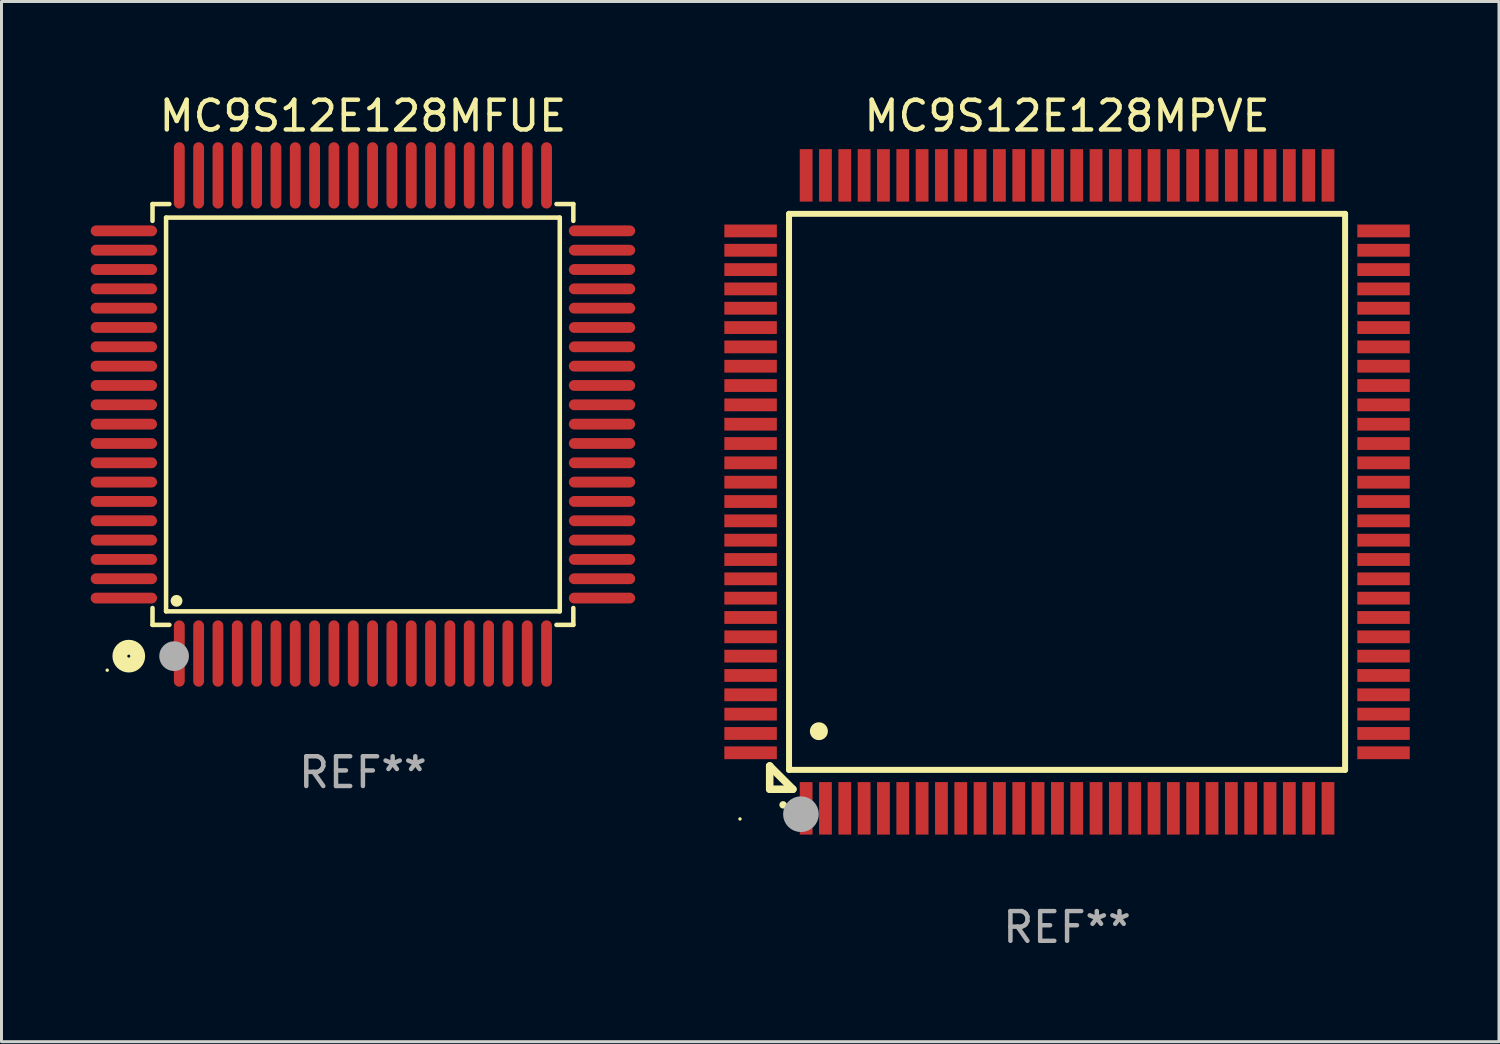
<source format=kicad_pcb>
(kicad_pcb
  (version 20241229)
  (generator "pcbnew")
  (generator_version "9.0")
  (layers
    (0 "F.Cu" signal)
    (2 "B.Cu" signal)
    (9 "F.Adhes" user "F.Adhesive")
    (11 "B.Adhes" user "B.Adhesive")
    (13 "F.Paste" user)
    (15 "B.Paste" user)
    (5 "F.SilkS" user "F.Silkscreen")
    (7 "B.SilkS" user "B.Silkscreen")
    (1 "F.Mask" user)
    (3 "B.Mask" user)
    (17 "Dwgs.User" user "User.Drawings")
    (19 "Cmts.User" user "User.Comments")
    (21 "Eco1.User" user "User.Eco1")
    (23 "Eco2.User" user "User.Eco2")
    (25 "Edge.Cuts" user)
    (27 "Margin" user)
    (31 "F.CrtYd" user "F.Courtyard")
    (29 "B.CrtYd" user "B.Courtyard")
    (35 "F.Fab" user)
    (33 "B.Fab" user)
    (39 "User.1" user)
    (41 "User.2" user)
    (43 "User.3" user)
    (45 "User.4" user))
  (footprint "MC9S12E128MFUE"
    (layer "F.Cu")
    (at 9.155 10.888)
    (property "Reference" "MC9S12E128MFUE" (at 0 -10.04 0) (layer "F.SilkS") (effects (font (size 1 1) (thickness 0.15))))
    (attr through_hole)
    (fp_line (start -7.076 -7.076) (end -7.076 -6.509) (stroke (width 0.152) (type solid)) (layer "F.SilkS"))
    (fp_line (start -7.076 7.076) (end -7.076 6.509) (stroke (width 0.152) (type solid)) (layer "F.SilkS"))
    (fp_line (start -6.62 -6.62) (end 6.62 -6.62) (stroke (width 0.152) (type solid)) (layer "F.SilkS"))
    (fp_line (start -6.62 6.62) (end -6.62 -6.62) (stroke (width 0.152) (type solid)) (layer "F.SilkS"))
    (fp_line (start -6.509 -7.076) (end -7.076 -7.076) (stroke (width 0.152) (type solid)) (layer "F.SilkS"))
    (fp_line (start -6.509 7.076) (end -7.076 7.076) (stroke (width 0.152) (type solid)) (layer "F.SilkS"))
    (fp_line (start 6.509 -7.076) (end 7.076 -7.076) (stroke (width 0.152) (type solid)) (layer "F.SilkS"))
    (fp_line (start 6.509 7.076) (end 7.076 7.076) (stroke (width 0.152) (type solid)) (layer "F.SilkS"))
    (fp_line (start 6.62 -6.62) (end 6.62 6.62) (stroke (width 0.152) (type solid)) (layer "F.SilkS"))
    (fp_line (start 6.62 6.62) (end -6.62 6.62) (stroke (width 0.152) (type solid)) (layer "F.SilkS"))
    (fp_line (start 7.076 -7.076) (end 7.076 -6.509) (stroke (width 0.152) (type solid)) (layer "F.SilkS"))
    (fp_line (start 7.076 7.076) (end 7.076 6.509) (stroke (width 0.152) (type solid)) (layer "F.SilkS"))
    (fp_circle (center -8.6 8.6) (end -8.57 8.6) (stroke (width 0.06) (type solid)) (fill no) (layer "F.SilkS"))
    (fp_circle (center -7.874 8.128) (end -7.574 8.128) (stroke (width 0.5) (type solid)) (fill no) (layer "F.SilkS"))
    (fp_circle (center -6.268 6.268) (end -6.168 6.268) (stroke (width 0.2) (type solid)) (fill no) (layer "F.SilkS"))
    (fp_circle (center -6.35 8.128) (end -6.1 8.128) (stroke (width 0.5) (type solid)) (fill no) (layer "F.Fab"))
    (fp_text user "REF**" (at 0 12.04 0) (layer "F.Fab") (effects (font (size 1 1) (thickness 0.15))))
    (pad "1" smd oval (at -6.175 8.04) (size 0.364 2.23) (layers "F.Cu" "F.Mask" "F.Paste"))
    (pad "2" smd oval (at -5.525 8.04) (size 0.364 2.23) (layers "F.Cu" "F.Mask" "F.Paste"))
    (pad "3" smd oval (at -4.875 8.04) (size 0.364 2.23) (layers "F.Cu" "F.Mask" "F.Paste"))
    (pad "4" smd oval (at -4.225 8.04) (size 0.364 2.23) (layers "F.Cu" "F.Mask" "F.Paste"))
    (pad "5" smd oval (at -3.575 8.04) (size 0.364 2.23) (layers "F.Cu" "F.Mask" "F.Paste"))
    (pad "6" smd oval (at -2.925 8.04) (size 0.364 2.23) (layers "F.Cu" "F.Mask" "F.Paste"))
    (pad "7" smd oval (at -2.275 8.04) (size 0.364 2.23) (layers "F.Cu" "F.Mask" "F.Paste"))
    (pad "8" smd oval (at -1.625 8.04) (size 0.364 2.23) (layers "F.Cu" "F.Mask" "F.Paste"))
    (pad "9" smd oval (at -0.975 8.04) (size 0.364 2.23) (layers "F.Cu" "F.Mask" "F.Paste"))
    (pad "10" smd oval (at -0.325 8.04) (size 0.364 2.23) (layers "F.Cu" "F.Mask" "F.Paste"))
    (pad "11" smd oval (at 0.325 8.04) (size 0.364 2.23) (layers "F.Cu" "F.Mask" "F.Paste"))
    (pad "12" smd oval (at 0.975 8.04) (size 0.364 2.23) (layers "F.Cu" "F.Mask" "F.Paste"))
    (pad "13" smd oval (at 1.625 8.04) (size 0.364 2.23) (layers "F.Cu" "F.Mask" "F.Paste"))
    (pad "14" smd oval (at 2.275 8.04) (size 0.364 2.23) (layers "F.Cu" "F.Mask" "F.Paste"))
    (pad "15" smd oval (at 2.925 8.04) (size 0.364 2.23) (layers "F.Cu" "F.Mask" "F.Paste"))
    (pad "16" smd oval (at 3.575 8.04) (size 0.364 2.23) (layers "F.Cu" "F.Mask" "F.Paste"))
    (pad "17" smd oval (at 4.225 8.04) (size 0.364 2.23) (layers "F.Cu" "F.Mask" "F.Paste"))
    (pad "18" smd oval (at 4.875 8.04) (size 0.364 2.23) (layers "F.Cu" "F.Mask" "F.Paste"))
    (pad "19" smd oval (at 5.525 8.04) (size 0.364 2.23) (layers "F.Cu" "F.Mask" "F.Paste"))
    (pad "20" smd oval (at 6.175 8.04) (size 0.364 2.23) (layers "F.Cu" "F.Mask" "F.Paste"))
    (pad "21" smd oval (at 8.04 6.175) (size 2.23 0.364) (layers "F.Cu" "F.Mask" "F.Paste"))
    (pad "22" smd oval (at 8.04 5.525) (size 2.23 0.364) (layers "F.Cu" "F.Mask" "F.Paste"))
    (pad "23" smd oval (at 8.04 4.875) (size 2.23 0.364) (layers "F.Cu" "F.Mask" "F.Paste"))
    (pad "24" smd oval (at 8.04 4.225) (size 2.23 0.364) (layers "F.Cu" "F.Mask" "F.Paste"))
    (pad "25" smd oval (at 8.04 3.575) (size 2.23 0.364) (layers "F.Cu" "F.Mask" "F.Paste"))
    (pad "26" smd oval (at 8.04 2.925) (size 2.23 0.364) (layers "F.Cu" "F.Mask" "F.Paste"))
    (pad "27" smd oval (at 8.04 2.275) (size 2.23 0.364) (layers "F.Cu" "F.Mask" "F.Paste"))
    (pad "28" smd oval (at 8.04 1.625) (size 2.23 0.364) (layers "F.Cu" "F.Mask" "F.Paste"))
    (pad "29" smd oval (at 8.04 0.975) (size 2.23 0.364) (layers "F.Cu" "F.Mask" "F.Paste"))
    (pad "30" smd oval (at 8.04 0.325) (size 2.23 0.364) (layers "F.Cu" "F.Mask" "F.Paste"))
    (pad "31" smd oval (at 8.04 -0.325) (size 2.23 0.364) (layers "F.Cu" "F.Mask" "F.Paste"))
    (pad "32" smd oval (at 8.04 -0.975) (size 2.23 0.364) (layers "F.Cu" "F.Mask" "F.Paste"))
    (pad "33" smd oval (at 8.04 -1.625) (size 2.23 0.364) (layers "F.Cu" "F.Mask" "F.Paste"))
    (pad "34" smd oval (at 8.04 -2.275) (size 2.23 0.364) (layers "F.Cu" "F.Mask" "F.Paste"))
    (pad "35" smd oval (at 8.04 -2.925) (size 2.23 0.364) (layers "F.Cu" "F.Mask" "F.Paste"))
    (pad "36" smd oval (at 8.04 -3.575) (size 2.23 0.364) (layers "F.Cu" "F.Mask" "F.Paste"))
    (pad "37" smd oval (at 8.04 -4.225) (size 2.23 0.364) (layers "F.Cu" "F.Mask" "F.Paste"))
    (pad "38" smd oval (at 8.04 -4.875) (size 2.23 0.364) (layers "F.Cu" "F.Mask" "F.Paste"))
    (pad "39" smd oval (at 8.04 -5.525) (size 2.23 0.364) (layers "F.Cu" "F.Mask" "F.Paste"))
    (pad "40" smd oval (at 8.04 -6.175) (size 2.23 0.364) (layers "F.Cu" "F.Mask" "F.Paste"))
    (pad "41" smd oval (at 6.175 -8.04) (size 0.364 2.23) (layers "F.Cu" "F.Mask" "F.Paste"))
    (pad "42" smd oval (at 5.525 -8.04) (size 0.364 2.23) (layers "F.Cu" "F.Mask" "F.Paste"))
    (pad "43" smd oval (at 4.875 -8.04) (size 0.364 2.23) (layers "F.Cu" "F.Mask" "F.Paste"))
    (pad "44" smd oval (at 4.225 -8.04) (size 0.364 2.23) (layers "F.Cu" "F.Mask" "F.Paste"))
    (pad "45" smd oval (at 3.575 -8.04) (size 0.364 2.23) (layers "F.Cu" "F.Mask" "F.Paste"))
    (pad "46" smd oval (at 2.925 -8.04) (size 0.364 2.23) (layers "F.Cu" "F.Mask" "F.Paste"))
    (pad "47" smd oval (at 2.275 -8.04) (size 0.364 2.23) (layers "F.Cu" "F.Mask" "F.Paste"))
    (pad "48" smd oval (at 1.625 -8.04) (size 0.364 2.23) (layers "F.Cu" "F.Mask" "F.Paste"))
    (pad "49" smd oval (at 0.975 -8.04) (size 0.364 2.23) (layers "F.Cu" "F.Mask" "F.Paste"))
    (pad "50" smd oval (at 0.325 -8.04) (size 0.364 2.23) (layers "F.Cu" "F.Mask" "F.Paste"))
    (pad "51" smd oval (at -0.325 -8.04) (size 0.364 2.23) (layers "F.Cu" "F.Mask" "F.Paste"))
    (pad "52" smd oval (at -0.975 -8.04) (size 0.364 2.23) (layers "F.Cu" "F.Mask" "F.Paste"))
    (pad "53" smd oval (at -1.625 -8.04) (size 0.364 2.23) (layers "F.Cu" "F.Mask" "F.Paste"))
    (pad "54" smd oval (at -2.275 -8.04) (size 0.364 2.23) (layers "F.Cu" "F.Mask" "F.Paste"))
    (pad "55" smd oval (at -2.925 -8.04) (size 0.364 2.23) (layers "F.Cu" "F.Mask" "F.Paste"))
    (pad "56" smd oval (at -3.575 -8.04) (size 0.364 2.23) (layers "F.Cu" "F.Mask" "F.Paste"))
    (pad "57" smd oval (at -4.225 -8.04) (size 0.364 2.23) (layers "F.Cu" "F.Mask" "F.Paste"))
    (pad "58" smd oval (at -4.875 -8.04) (size 0.364 2.23) (layers "F.Cu" "F.Mask" "F.Paste"))
    (pad "59" smd oval (at -5.525 -8.04) (size 0.364 2.23) (layers "F.Cu" "F.Mask" "F.Paste"))
    (pad "60" smd oval (at -6.175 -8.04) (size 0.364 2.23) (layers "F.Cu" "F.Mask" "F.Paste"))
    (pad "61" smd oval (at -8.04 -6.175) (size 2.23 0.364) (layers "F.Cu" "F.Mask" "F.Paste"))
    (pad "62" smd oval (at -8.04 -5.525) (size 2.23 0.364) (layers "F.Cu" "F.Mask" "F.Paste"))
    (pad "63" smd oval (at -8.04 -4.875) (size 2.23 0.364) (layers "F.Cu" "F.Mask" "F.Paste"))
    (pad "64" smd oval (at -8.04 -4.225) (size 2.23 0.364) (layers "F.Cu" "F.Mask" "F.Paste"))
    (pad "65" smd oval (at -8.04 -3.575) (size 2.23 0.364) (layers "F.Cu" "F.Mask" "F.Paste"))
    (pad "66" smd oval (at -8.04 -2.925) (size 2.23 0.364) (layers "F.Cu" "F.Mask" "F.Paste"))
    (pad "67" smd oval (at -8.04 -2.275) (size 2.23 0.364) (layers "F.Cu" "F.Mask" "F.Paste"))
    (pad "68" smd oval (at -8.04 -1.625) (size 2.23 0.364) (layers "F.Cu" "F.Mask" "F.Paste"))
    (pad "69" smd oval (at -8.04 -0.975) (size 2.23 0.364) (layers "F.Cu" "F.Mask" "F.Paste"))
    (pad "70" smd oval (at -8.04 -0.325) (size 2.23 0.364) (layers "F.Cu" "F.Mask" "F.Paste"))
    (pad "71" smd oval (at -8.04 0.325) (size 2.23 0.364) (layers "F.Cu" "F.Mask" "F.Paste"))
    (pad "72" smd oval (at -8.04 0.975) (size 2.23 0.364) (layers "F.Cu" "F.Mask" "F.Paste"))
    (pad "73" smd oval (at -8.04 1.625) (size 2.23 0.364) (layers "F.Cu" "F.Mask" "F.Paste"))
    (pad "74" smd oval (at -8.04 2.275) (size 2.23 0.364) (layers "F.Cu" "F.Mask" "F.Paste"))
    (pad "75" smd oval (at -8.04 2.925) (size 2.23 0.364) (layers "F.Cu" "F.Mask" "F.Paste"))
    (pad "76" smd oval (at -8.04 3.575) (size 2.23 0.364) (layers "F.Cu" "F.Mask" "F.Paste"))
    (pad "77" smd oval (at -8.04 4.225) (size 2.23 0.364) (layers "F.Cu" "F.Mask" "F.Paste"))
    (pad "78" smd oval (at -8.04 4.875) (size 2.23 0.364) (layers "F.Cu" "F.Mask" "F.Paste"))
    (pad "79" smd oval (at -8.04 5.525) (size 2.23 0.364) (layers "F.Cu" "F.Mask" "F.Paste"))
    (pad "80" smd oval (at -8.04 6.175) (size 2.23 0.364) (layers "F.Cu" "F.Mask" "F.Paste")))
  (footprint "MC9S12E128MPVE"
    (layer "F.Cu")
    (at 32.835 13.491)
    (property "Reference" "MC9S12E128MPVE" (at 0 -12.643 0) (layer "F.SilkS") (effects (font (size 1 1) (thickness 0.15))))
    (attr through_hole)
    (fp_line (start -10 9.221) (end -10 9.221) (stroke (width 0.254) (type solid)) (layer "F.SilkS"))
    (fp_line (start -10 9.221) (end -10 10) (stroke (width 0.254) (type solid)) (layer "F.SilkS"))
    (fp_line (start -10 9.221) (end -9.221 10) (stroke (width 0.254) (type solid)) (layer "F.SilkS"))
    (fp_line (start -10 10) (end -9.221 10) (stroke (width 0.254) (type solid)) (layer "F.SilkS"))
    (fp_line (start -9.35 -9.35) (end -9.35 9.35) (stroke (width 0.201) (type solid)) (layer "F.SilkS"))
    (fp_line (start -9.35 9.35) (end 9.35 9.35) (stroke (width 0.201) (type solid)) (layer "F.SilkS"))
    (fp_line (start 9.35 -9.35) (end -9.35 -9.35) (stroke (width 0.201) (type solid)) (layer "F.SilkS"))
    (fp_line (start 9.35 9.35) (end 9.35 -9.35) (stroke (width 0.201) (type solid)) (layer "F.SilkS"))
    (fp_arc (start -9.550546 10.525832) (mid -9.549276 10.525826) (end -9.548006 10.525832) (stroke (width 0.24892) (type solid)) (layer "F.SilkS"))
    (fp_arc (start -8.349124 8.049327) (mid -8.346584 8.049316) (end -8.344044 8.049327) (stroke (width 0.599441) (type solid)) (layer "F.SilkS"))
    (fp_circle (center -11 11) (end -10.97 11) (stroke (width 0.06) (type solid)) (fill no) (layer "F.SilkS"))
    (fp_circle (center -8.95 10.84) (end -8.65 10.84) (stroke (width 0.6) (type solid)) (fill no) (layer "F.Fab"))
    (fp_text user "REF**" (at 0 14.643 0) (layer "F.Fab") (effects (font (size 1 1) (thickness 0.15))))
    (pad "1" smd rect (at -8.775 10.643) (size 0.43 1.765) (layers "F.Cu" "F.Mask" "F.Paste"))
    (pad "2" smd rect (at -8.125 10.643) (size 0.43 1.765) (layers "F.Cu" "F.Mask" "F.Paste"))
    (pad "3" smd rect (at -7.475 10.643) (size 0.43 1.765) (layers "F.Cu" "F.Mask" "F.Paste"))
    (pad "4" smd rect (at -6.825 10.643) (size 0.43 1.765) (layers "F.Cu" "F.Mask" "F.Paste"))
    (pad "5" smd rect (at -6.175 10.643) (size 0.43 1.765) (layers "F.Cu" "F.Mask" "F.Paste"))
    (pad "6" smd rect (at -5.525 10.643) (size 0.43 1.765) (layers "F.Cu" "F.Mask" "F.Paste"))
    (pad "7" smd rect (at -4.875 10.643) (size 0.43 1.765) (layers "F.Cu" "F.Mask" "F.Paste"))
    (pad "8" smd rect (at -4.225 10.643) (size 0.43 1.765) (layers "F.Cu" "F.Mask" "F.Paste"))
    (pad "9" smd rect (at -3.575 10.643) (size 0.43 1.765) (layers "F.Cu" "F.Mask" "F.Paste"))
    (pad "10" smd rect (at -2.925 10.643) (size 0.43 1.765) (layers "F.Cu" "F.Mask" "F.Paste"))
    (pad "11" smd rect (at -2.275 10.643) (size 0.43 1.765) (layers "F.Cu" "F.Mask" "F.Paste"))
    (pad "12" smd rect (at -1.625 10.643) (size 0.43 1.765) (layers "F.Cu" "F.Mask" "F.Paste"))
    (pad "13" smd rect (at -0.975 10.643) (size 0.43 1.765) (layers "F.Cu" "F.Mask" "F.Paste"))
    (pad "14" smd rect (at -0.325 10.643) (size 0.43 1.765) (layers "F.Cu" "F.Mask" "F.Paste"))
    (pad "15" smd rect (at 0.325 10.643) (size 0.43 1.765) (layers "F.Cu" "F.Mask" "F.Paste"))
    (pad "16" smd rect (at 0.975 10.643) (size 0.43 1.765) (layers "F.Cu" "F.Mask" "F.Paste"))
    (pad "17" smd rect (at 1.625 10.643) (size 0.43 1.765) (layers "F.Cu" "F.Mask" "F.Paste"))
    (pad "18" smd rect (at 2.275 10.643) (size 0.43 1.765) (layers "F.Cu" "F.Mask" "F.Paste"))
    (pad "19" smd rect (at 2.925 10.643) (size 0.43 1.765) (layers "F.Cu" "F.Mask" "F.Paste"))
    (pad "20" smd rect (at 3.575 10.643) (size 0.43 1.765) (layers "F.Cu" "F.Mask" "F.Paste"))
    (pad "21" smd rect (at 4.225 10.643) (size 0.43 1.765) (layers "F.Cu" "F.Mask" "F.Paste"))
    (pad "22" smd rect (at 4.875 10.643) (size 0.43 1.765) (layers "F.Cu" "F.Mask" "F.Paste"))
    (pad "23" smd rect (at 5.525 10.643) (size 0.43 1.765) (layers "F.Cu" "F.Mask" "F.Paste"))
    (pad "24" smd rect (at 6.175 10.643) (size 0.43 1.765) (layers "F.Cu" "F.Mask" "F.Paste"))
    (pad "25" smd rect (at 6.825 10.643) (size 0.43 1.765) (layers "F.Cu" "F.Mask" "F.Paste"))
    (pad "26" smd rect (at 7.475 10.643) (size 0.43 1.765) (layers "F.Cu" "F.Mask" "F.Paste"))
    (pad "27" smd rect (at 8.125 10.643) (size 0.43 1.765) (layers "F.Cu" "F.Mask" "F.Paste"))
    (pad "28" smd rect (at 8.775 10.643) (size 0.43 1.765) (layers "F.Cu" "F.Mask" "F.Paste"))
    (pad "29" smd rect (at 10.643 8.775) (size 1.765 0.43) (layers "F.Cu" "F.Mask" "F.Paste"))
    (pad "30" smd rect (at 10.643 8.125) (size 1.765 0.43) (layers "F.Cu" "F.Mask" "F.Paste"))
    (pad "31" smd rect (at 10.643 7.475) (size 1.765 0.43) (layers "F.Cu" "F.Mask" "F.Paste"))
    (pad "32" smd rect (at 10.643 6.825) (size 1.765 0.43) (layers "F.Cu" "F.Mask" "F.Paste"))
    (pad "33" smd rect (at 10.643 6.175) (size 1.765 0.43) (layers "F.Cu" "F.Mask" "F.Paste"))
    (pad "34" smd rect (at 10.643 5.525) (size 1.765 0.43) (layers "F.Cu" "F.Mask" "F.Paste"))
    (pad "35" smd rect (at 10.643 4.875) (size 1.765 0.43) (layers "F.Cu" "F.Mask" "F.Paste"))
    (pad "36" smd rect (at 10.643 4.225) (size 1.765 0.43) (layers "F.Cu" "F.Mask" "F.Paste"))
    (pad "37" smd rect (at 10.643 3.575) (size 1.765 0.43) (layers "F.Cu" "F.Mask" "F.Paste"))
    (pad "38" smd rect (at 10.643 2.925) (size 1.765 0.43) (layers "F.Cu" "F.Mask" "F.Paste"))
    (pad "39" smd rect (at 10.643 2.275) (size 1.765 0.43) (layers "F.Cu" "F.Mask" "F.Paste"))
    (pad "40" smd rect (at 10.643 1.625) (size 1.765 0.43) (layers "F.Cu" "F.Mask" "F.Paste"))
    (pad "41" smd rect (at 10.643 0.975) (size 1.765 0.43) (layers "F.Cu" "F.Mask" "F.Paste"))
    (pad "42" smd rect (at 10.643 0.325) (size 1.765 0.43) (layers "F.Cu" "F.Mask" "F.Paste"))
    (pad "43" smd rect (at 10.643 -0.325) (size 1.765 0.43) (layers "F.Cu" "F.Mask" "F.Paste"))
    (pad "44" smd rect (at 10.643 -0.975) (size 1.765 0.43) (layers "F.Cu" "F.Mask" "F.Paste"))
    (pad "45" smd rect (at 10.643 -1.625) (size 1.765 0.43) (layers "F.Cu" "F.Mask" "F.Paste"))
    (pad "46" smd rect (at 10.643 -2.275) (size 1.765 0.43) (layers "F.Cu" "F.Mask" "F.Paste"))
    (pad "47" smd rect (at 10.643 -2.925) (size 1.765 0.43) (layers "F.Cu" "F.Mask" "F.Paste"))
    (pad "48" smd rect (at 10.643 -3.575) (size 1.765 0.43) (layers "F.Cu" "F.Mask" "F.Paste"))
    (pad "49" smd rect (at 10.643 -4.225) (size 1.765 0.43) (layers "F.Cu" "F.Mask" "F.Paste"))
    (pad "50" smd rect (at 10.643 -4.875) (size 1.765 0.43) (layers "F.Cu" "F.Mask" "F.Paste"))
    (pad "51" smd rect (at 10.643 -5.525) (size 1.765 0.43) (layers "F.Cu" "F.Mask" "F.Paste"))
    (pad "52" smd rect (at 10.643 -6.175) (size 1.765 0.43) (layers "F.Cu" "F.Mask" "F.Paste"))
    (pad "53" smd rect (at 10.643 -6.825) (size 1.765 0.43) (layers "F.Cu" "F.Mask" "F.Paste"))
    (pad "54" smd rect (at 10.643 -7.475) (size 1.765 0.43) (layers "F.Cu" "F.Mask" "F.Paste"))
    (pad "55" smd rect (at 10.643 -8.125) (size 1.765 0.43) (layers "F.Cu" "F.Mask" "F.Paste"))
    (pad "56" smd rect (at 10.643 -8.775) (size 1.765 0.43) (layers "F.Cu" "F.Mask" "F.Paste"))
    (pad "57" smd rect (at 8.775 -10.643) (size 0.43 1.765) (layers "F.Cu" "F.Mask" "F.Paste"))
    (pad "58" smd rect (at 8.125 -10.643) (size 0.43 1.765) (layers "F.Cu" "F.Mask" "F.Paste"))
    (pad "59" smd rect (at 7.475 -10.643) (size 0.43 1.765) (layers "F.Cu" "F.Mask" "F.Paste"))
    (pad "60" smd rect (at 6.825 -10.643) (size 0.43 1.765) (layers "F.Cu" "F.Mask" "F.Paste"))
    (pad "61" smd rect (at 6.175 -10.643) (size 0.43 1.765) (layers "F.Cu" "F.Mask" "F.Paste"))
    (pad "62" smd rect (at 5.525 -10.643) (size 0.43 1.765) (layers "F.Cu" "F.Mask" "F.Paste"))
    (pad "63" smd rect (at 4.875 -10.643) (size 0.43 1.765) (layers "F.Cu" "F.Mask" "F.Paste"))
    (pad "64" smd rect (at 4.225 -10.643) (size 0.43 1.765) (layers "F.Cu" "F.Mask" "F.Paste"))
    (pad "65" smd rect (at 3.575 -10.643) (size 0.43 1.765) (layers "F.Cu" "F.Mask" "F.Paste"))
    (pad "66" smd rect (at 2.925 -10.643) (size 0.43 1.765) (layers "F.Cu" "F.Mask" "F.Paste"))
    (pad "67" smd rect (at 2.275 -10.643) (size 0.43 1.765) (layers "F.Cu" "F.Mask" "F.Paste"))
    (pad "68" smd rect (at 1.625 -10.643) (size 0.43 1.765) (layers "F.Cu" "F.Mask" "F.Paste"))
    (pad "69" smd rect (at 0.975 -10.643) (size 0.43 1.765) (layers "F.Cu" "F.Mask" "F.Paste"))
    (pad "70" smd rect (at 0.325 -10.643) (size 0.43 1.765) (layers "F.Cu" "F.Mask" "F.Paste"))
    (pad "71" smd rect (at -0.325 -10.643) (size 0.43 1.765) (layers "F.Cu" "F.Mask" "F.Paste"))
    (pad "72" smd rect (at -0.975 -10.643) (size 0.43 1.765) (layers "F.Cu" "F.Mask" "F.Paste"))
    (pad "73" smd rect (at -1.625 -10.643) (size 0.43 1.765) (layers "F.Cu" "F.Mask" "F.Paste"))
    (pad "74" smd rect (at -2.275 -10.643) (size 0.43 1.765) (layers "F.Cu" "F.Mask" "F.Paste"))
    (pad "75" smd rect (at -2.925 -10.643) (size 0.43 1.765) (layers "F.Cu" "F.Mask" "F.Paste"))
    (pad "76" smd rect (at -3.575 -10.643) (size 0.43 1.765) (layers "F.Cu" "F.Mask" "F.Paste"))
    (pad "77" smd rect (at -4.225 -10.643) (size 0.43 1.765) (layers "F.Cu" "F.Mask" "F.Paste"))
    (pad "78" smd rect (at -4.875 -10.643) (size 0.43 1.765) (layers "F.Cu" "F.Mask" "F.Paste"))
    (pad "79" smd rect (at -5.525 -10.643) (size 0.43 1.765) (layers "F.Cu" "F.Mask" "F.Paste"))
    (pad "80" smd rect (at -6.175 -10.643) (size 0.43 1.765) (layers "F.Cu" "F.Mask" "F.Paste"))
    (pad "81" smd rect (at -6.825 -10.643) (size 0.43 1.765) (layers "F.Cu" "F.Mask" "F.Paste"))
    (pad "82" smd rect (at -7.475 -10.643) (size 0.43 1.765) (layers "F.Cu" "F.Mask" "F.Paste"))
    (pad "83" smd rect (at -8.125 -10.643) (size 0.43 1.765) (layers "F.Cu" "F.Mask" "F.Paste"))
    (pad "84" smd rect (at -8.775 -10.643) (size 0.43 1.765) (layers "F.Cu" "F.Mask" "F.Paste"))
    (pad "85" smd rect (at -10.643 -8.775) (size 1.765 0.43) (layers "F.Cu" "F.Mask" "F.Paste"))
    (pad "86" smd rect (at -10.643 -8.125) (size 1.765 0.43) (layers "F.Cu" "F.Mask" "F.Paste"))
    (pad "87" smd rect (at -10.643 -7.475) (size 1.765 0.43) (layers "F.Cu" "F.Mask" "F.Paste"))
    (pad "88" smd rect (at -10.643 -6.825) (size 1.765 0.43) (layers "F.Cu" "F.Mask" "F.Paste"))
    (pad "89" smd rect (at -10.643 -6.175) (size 1.765 0.43) (layers "F.Cu" "F.Mask" "F.Paste"))
    (pad "90" smd rect (at -10.643 -5.525) (size 1.765 0.43) (layers "F.Cu" "F.Mask" "F.Paste"))
    (pad "91" smd rect (at -10.643 -4.875) (size 1.765 0.43) (layers "F.Cu" "F.Mask" "F.Paste"))
    (pad "92" smd rect (at -10.643 -4.225) (size 1.765 0.43) (layers "F.Cu" "F.Mask" "F.Paste"))
    (pad "93" smd rect (at -10.643 -3.575) (size 1.765 0.43) (layers "F.Cu" "F.Mask" "F.Paste"))
    (pad "94" smd rect (at -10.643 -2.925) (size 1.765 0.43) (layers "F.Cu" "F.Mask" "F.Paste"))
    (pad "95" smd rect (at -10.643 -2.275) (size 1.765 0.43) (layers "F.Cu" "F.Mask" "F.Paste"))
    (pad "96" smd rect (at -10.643 -1.625) (size 1.765 0.43) (layers "F.Cu" "F.Mask" "F.Paste"))
    (pad "97" smd rect (at -10.643 -0.975) (size 1.765 0.43) (layers "F.Cu" "F.Mask" "F.Paste"))
    (pad "98" smd rect (at -10.643 -0.325) (size 1.765 0.43) (layers "F.Cu" "F.Mask" "F.Paste"))
    (pad "99" smd rect (at -10.643 0.325) (size 1.765 0.43) (layers "F.Cu" "F.Mask" "F.Paste"))
    (pad "100" smd rect (at -10.643 0.975) (size 1.765 0.43) (layers "F.Cu" "F.Mask" "F.Paste"))
    (pad "101" smd rect (at -10.643 1.625) (size 1.765 0.43) (layers "F.Cu" "F.Mask" "F.Paste"))
    (pad "102" smd rect (at -10.643 2.275) (size 1.765 0.43) (layers "F.Cu" "F.Mask" "F.Paste"))
    (pad "103" smd rect (at -10.643 2.925) (size 1.765 0.43) (layers "F.Cu" "F.Mask" "F.Paste"))
    (pad "104" smd rect (at -10.643 3.575) (size 1.765 0.43) (layers "F.Cu" "F.Mask" "F.Paste"))
    (pad "105" smd rect (at -10.643 4.225) (size 1.765 0.43) (layers "F.Cu" "F.Mask" "F.Paste"))
    (pad "106" smd rect (at -10.643 4.875) (size 1.765 0.43) (layers "F.Cu" "F.Mask" "F.Paste"))
    (pad "107" smd rect (at -10.643 5.525) (size 1.765 0.43) (layers "F.Cu" "F.Mask" "F.Paste"))
    (pad "108" smd rect (at -10.643 6.175) (size 1.765 0.43) (layers "F.Cu" "F.Mask" "F.Paste"))
    (pad "109" smd rect (at -10.643 6.825) (size 1.765 0.43) (layers "F.Cu" "F.Mask" "F.Paste"))
    (pad "110" smd rect (at -10.643 7.475) (size 1.765 0.43) (layers "F.Cu" "F.Mask" "F.Paste"))
    (pad "111" smd rect (at -10.643 8.125) (size 1.765 0.43) (layers "F.Cu" "F.Mask" "F.Paste"))
    (pad "112" smd rect (at -10.643 8.775) (size 1.765 0.43) (layers "F.Cu" "F.Mask" "F.Paste")))
  (gr_rect
    (start -3 -3)
    (end 47.36 31.982)
    (stroke (width 0.1) (type default))
    (fill no)
    (layer "Edge.Cuts")))
</source>
